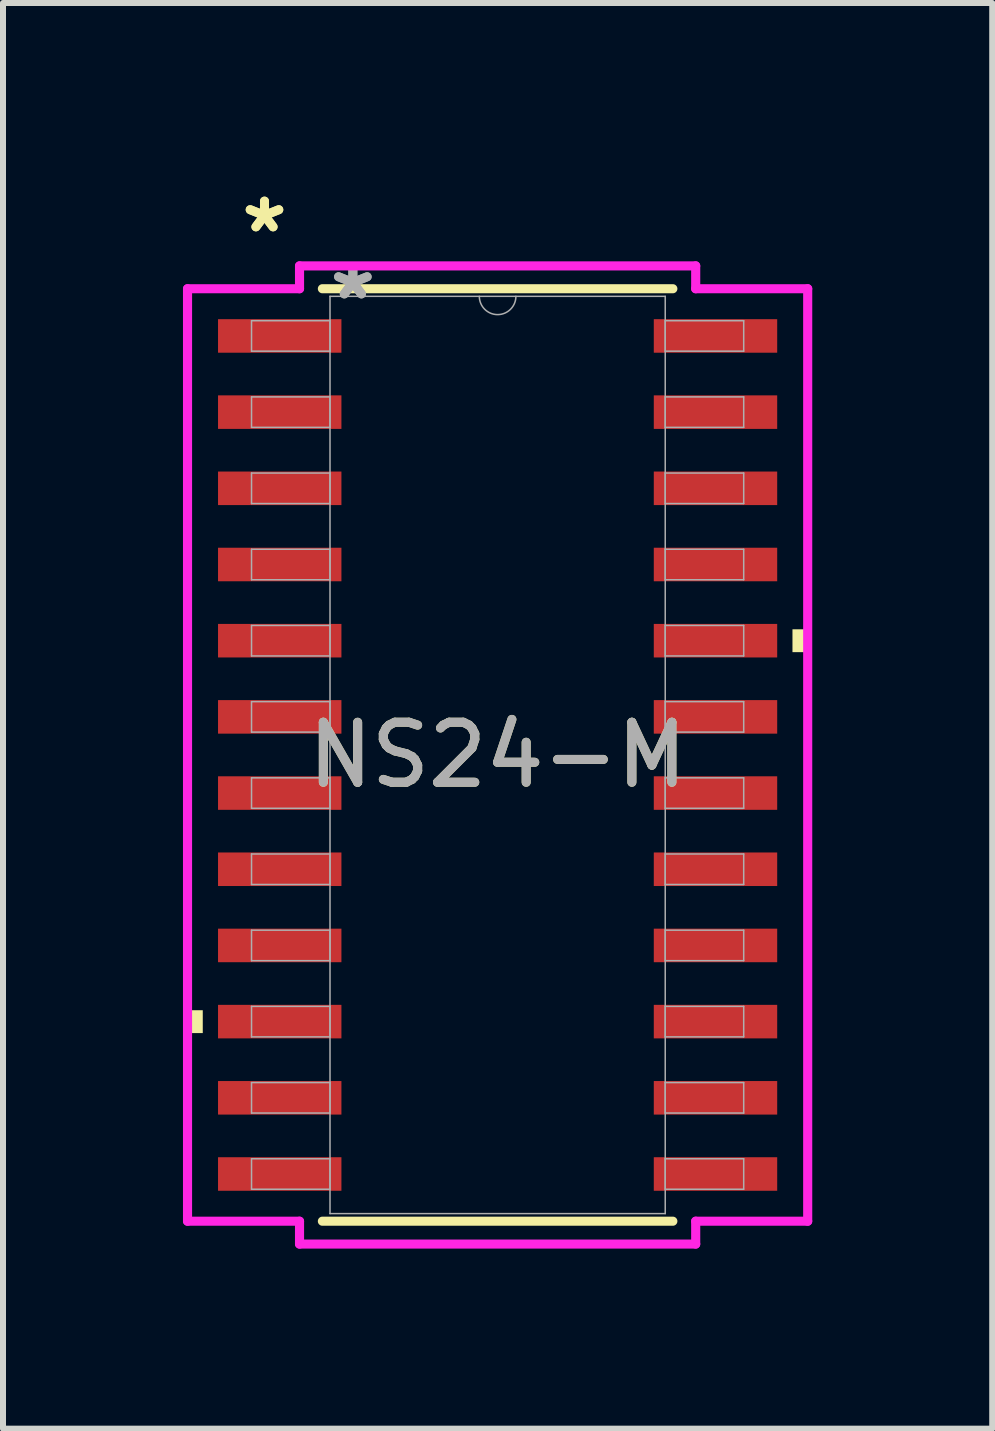
<source format=kicad_pcb>
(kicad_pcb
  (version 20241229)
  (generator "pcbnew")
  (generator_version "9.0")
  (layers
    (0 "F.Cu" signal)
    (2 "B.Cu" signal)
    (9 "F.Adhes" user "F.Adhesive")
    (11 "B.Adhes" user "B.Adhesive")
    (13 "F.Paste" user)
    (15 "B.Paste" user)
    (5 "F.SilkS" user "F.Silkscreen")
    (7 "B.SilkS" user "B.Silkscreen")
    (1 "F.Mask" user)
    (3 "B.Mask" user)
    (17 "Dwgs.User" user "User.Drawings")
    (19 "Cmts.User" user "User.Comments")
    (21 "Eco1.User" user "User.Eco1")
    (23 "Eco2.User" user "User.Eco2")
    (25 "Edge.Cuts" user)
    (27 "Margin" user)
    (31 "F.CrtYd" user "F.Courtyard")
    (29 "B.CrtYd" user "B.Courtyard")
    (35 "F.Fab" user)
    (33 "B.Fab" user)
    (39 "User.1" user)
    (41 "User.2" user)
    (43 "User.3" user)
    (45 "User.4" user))
  (footprint "NS24-M"
    (layer "F.Cu")
    (at 5.245 9.535)
    (property "Reference" "NS24-M" (at 0 0 0) (unlocked yes) (layer "F.SilkS") (effects (font (size 1 1) (thickness 0.15))))
    (attr smd)
    (fp_line (start -2.921 7.772) (end 2.921 7.772) (stroke (width 0.152) (type solid)) (layer "F.SilkS"))
    (fp_line (start 2.921 -7.772) (end -2.921 -7.772) (stroke (width 0.152) (type solid)) (layer "F.SilkS"))
    (fp_poly (pts (xy -5.169 4.255) (xy -5.169 4.636) (xy -4.915 4.636) (xy -4.915 4.255)) (stroke (width 0) (type solid)) (fill yes) (layer "F.SilkS"))
    (fp_poly (pts (xy 5.169 -2.095) (xy 5.169 -1.714) (xy 4.915 -1.714) (xy 4.915 -2.095)) (stroke (width 0) (type solid)) (fill yes) (layer "F.SilkS"))
    (fp_line (start -5.169 -7.772) (end -3.302 -7.772) (stroke (width 0.152) (type solid)) (layer "F.CrtYd"))
    (fp_line (start -5.169 7.772) (end -5.169 -7.772) (stroke (width 0.152) (type solid)) (layer "F.CrtYd"))
    (fp_line (start -5.169 7.772) (end -3.302 7.772) (stroke (width 0.152) (type solid)) (layer "F.CrtYd"))
    (fp_line (start -3.302 -8.153) (end 3.302 -8.153) (stroke (width 0.152) (type solid)) (layer "F.CrtYd"))
    (fp_line (start -3.302 -7.772) (end -3.302 -8.153) (stroke (width 0.152) (type solid)) (layer "F.CrtYd"))
    (fp_line (start -3.302 8.153) (end -3.302 7.772) (stroke (width 0.152) (type solid)) (layer "F.CrtYd"))
    (fp_line (start 3.302 -8.153) (end 3.302 -7.772) (stroke (width 0.152) (type solid)) (layer "F.CrtYd"))
    (fp_line (start 3.302 7.772) (end 3.302 8.153) (stroke (width 0.152) (type solid)) (layer "F.CrtYd"))
    (fp_line (start 3.302 8.153) (end -3.302 8.153) (stroke (width 0.152) (type solid)) (layer "F.CrtYd"))
    (fp_line (start 5.169 -7.772) (end 3.302 -7.772) (stroke (width 0.152) (type solid)) (layer "F.CrtYd"))
    (fp_line (start 5.169 -7.772) (end 5.169 7.772) (stroke (width 0.152) (type solid)) (layer "F.CrtYd"))
    (fp_line (start 5.169 7.772) (end 3.302 7.772) (stroke (width 0.152) (type solid)) (layer "F.CrtYd"))
    (fp_line (start -4.102 -7.239) (end -4.102 -6.731) (stroke (width 0.025) (type solid)) (layer "F.Fab"))
    (fp_line (start -4.102 -6.731) (end -2.794 -6.731) (stroke (width 0.025) (type solid)) (layer "F.Fab"))
    (fp_line (start -4.102 -5.969) (end -4.102 -5.461) (stroke (width 0.025) (type solid)) (layer "F.Fab"))
    (fp_line (start -4.102 -5.461) (end -2.794 -5.461) (stroke (width 0.025) (type solid)) (layer "F.Fab"))
    (fp_line (start -4.102 -4.699) (end -4.102 -4.191) (stroke (width 0.025) (type solid)) (layer "F.Fab"))
    (fp_line (start -4.102 -4.191) (end -2.794 -4.191) (stroke (width 0.025) (type solid)) (layer "F.Fab"))
    (fp_line (start -4.102 -3.429) (end -4.102 -2.921) (stroke (width 0.025) (type solid)) (layer "F.Fab"))
    (fp_line (start -4.102 -2.921) (end -2.794 -2.921) (stroke (width 0.025) (type solid)) (layer "F.Fab"))
    (fp_line (start -4.102 -2.159) (end -4.102 -1.651) (stroke (width 0.025) (type solid)) (layer "F.Fab"))
    (fp_line (start -4.102 -1.651) (end -2.794 -1.651) (stroke (width 0.025) (type solid)) (layer "F.Fab"))
    (fp_line (start -4.102 -0.889) (end -4.102 -0.381) (stroke (width 0.025) (type solid)) (layer "F.Fab"))
    (fp_line (start -4.102 -0.381) (end -2.794 -0.381) (stroke (width 0.025) (type solid)) (layer "F.Fab"))
    (fp_line (start -4.102 0.381) (end -4.102 0.889) (stroke (width 0.025) (type solid)) (layer "F.Fab"))
    (fp_line (start -4.102 0.889) (end -2.794 0.889) (stroke (width 0.025) (type solid)) (layer "F.Fab"))
    (fp_line (start -4.102 1.651) (end -4.102 2.159) (stroke (width 0.025) (type solid)) (layer "F.Fab"))
    (fp_line (start -4.102 2.159) (end -2.794 2.159) (stroke (width 0.025) (type solid)) (layer "F.Fab"))
    (fp_line (start -4.102 2.921) (end -4.102 3.429) (stroke (width 0.025) (type solid)) (layer "F.Fab"))
    (fp_line (start -4.102 3.429) (end -2.794 3.429) (stroke (width 0.025) (type solid)) (layer "F.Fab"))
    (fp_line (start -4.102 4.191) (end -4.102 4.699) (stroke (width 0.025) (type solid)) (layer "F.Fab"))
    (fp_line (start -4.102 4.699) (end -2.794 4.699) (stroke (width 0.025) (type solid)) (layer "F.Fab"))
    (fp_line (start -4.102 5.461) (end -4.102 5.969) (stroke (width 0.025) (type solid)) (layer "F.Fab"))
    (fp_line (start -4.102 5.969) (end -2.794 5.969) (stroke (width 0.025) (type solid)) (layer "F.Fab"))
    (fp_line (start -4.102 6.731) (end -4.102 7.239) (stroke (width 0.025) (type solid)) (layer "F.Fab"))
    (fp_line (start -4.102 7.239) (end -2.794 7.239) (stroke (width 0.025) (type solid)) (layer "F.Fab"))
    (fp_line (start -2.794 -7.645) (end -2.794 7.645) (stroke (width 0.025) (type solid)) (layer "F.Fab"))
    (fp_line (start -2.794 -7.239) (end -4.102 -7.239) (stroke (width 0.025) (type solid)) (layer "F.Fab"))
    (fp_line (start -2.794 -6.731) (end -2.794 -7.239) (stroke (width 0.025) (type solid)) (layer "F.Fab"))
    (fp_line (start -2.794 -5.969) (end -4.102 -5.969) (stroke (width 0.025) (type solid)) (layer "F.Fab"))
    (fp_line (start -2.794 -5.461) (end -2.794 -5.969) (stroke (width 0.025) (type solid)) (layer "F.Fab"))
    (fp_line (start -2.794 -4.699) (end -4.102 -4.699) (stroke (width 0.025) (type solid)) (layer "F.Fab"))
    (fp_line (start -2.794 -4.191) (end -2.794 -4.699) (stroke (width 0.025) (type solid)) (layer "F.Fab"))
    (fp_line (start -2.794 -3.429) (end -4.102 -3.429) (stroke (width 0.025) (type solid)) (layer "F.Fab"))
    (fp_line (start -2.794 -2.921) (end -2.794 -3.429) (stroke (width 0.025) (type solid)) (layer "F.Fab"))
    (fp_line (start -2.794 -2.159) (end -4.102 -2.159) (stroke (width 0.025) (type solid)) (layer "F.Fab"))
    (fp_line (start -2.794 -1.651) (end -2.794 -2.159) (stroke (width 0.025) (type solid)) (layer "F.Fab"))
    (fp_line (start -2.794 -0.889) (end -4.102 -0.889) (stroke (width 0.025) (type solid)) (layer "F.Fab"))
    (fp_line (start -2.794 -0.381) (end -2.794 -0.889) (stroke (width 0.025) (type solid)) (layer "F.Fab"))
    (fp_line (start -2.794 0.381) (end -4.102 0.381) (stroke (width 0.025) (type solid)) (layer "F.Fab"))
    (fp_line (start -2.794 0.889) (end -2.794 0.381) (stroke (width 0.025) (type solid)) (layer "F.Fab"))
    (fp_line (start -2.794 1.651) (end -4.102 1.651) (stroke (width 0.025) (type solid)) (layer "F.Fab"))
    (fp_line (start -2.794 2.159) (end -2.794 1.651) (stroke (width 0.025) (type solid)) (layer "F.Fab"))
    (fp_line (start -2.794 2.921) (end -4.102 2.921) (stroke (width 0.025) (type solid)) (layer "F.Fab"))
    (fp_line (start -2.794 3.429) (end -2.794 2.921) (stroke (width 0.025) (type solid)) (layer "F.Fab"))
    (fp_line (start -2.794 4.191) (end -4.102 4.191) (stroke (width 0.025) (type solid)) (layer "F.Fab"))
    (fp_line (start -2.794 4.699) (end -2.794 4.191) (stroke (width 0.025) (type solid)) (layer "F.Fab"))
    (fp_line (start -2.794 5.461) (end -4.102 5.461) (stroke (width 0.025) (type solid)) (layer "F.Fab"))
    (fp_line (start -2.794 5.969) (end -2.794 5.461) (stroke (width 0.025) (type solid)) (layer "F.Fab"))
    (fp_line (start -2.794 6.731) (end -4.102 6.731) (stroke (width 0.025) (type solid)) (layer "F.Fab"))
    (fp_line (start -2.794 7.239) (end -2.794 6.731) (stroke (width 0.025) (type solid)) (layer "F.Fab"))
    (fp_line (start -2.794 7.645) (end 2.794 7.645) (stroke (width 0.025) (type solid)) (layer "F.Fab"))
    (fp_line (start 2.794 -7.645) (end -2.794 -7.645) (stroke (width 0.025) (type solid)) (layer "F.Fab"))
    (fp_line (start 2.794 -7.239) (end 2.794 -6.731) (stroke (width 0.025) (type solid)) (layer "F.Fab"))
    (fp_line (start 2.794 -6.731) (end 4.102 -6.731) (stroke (width 0.025) (type solid)) (layer "F.Fab"))
    (fp_line (start 2.794 -5.969) (end 2.794 -5.461) (stroke (width 0.025) (type solid)) (layer "F.Fab"))
    (fp_line (start 2.794 -5.461) (end 4.102 -5.461) (stroke (width 0.025) (type solid)) (layer "F.Fab"))
    (fp_line (start 2.794 -4.699) (end 2.794 -4.191) (stroke (width 0.025) (type solid)) (layer "F.Fab"))
    (fp_line (start 2.794 -4.191) (end 4.102 -4.191) (stroke (width 0.025) (type solid)) (layer "F.Fab"))
    (fp_line (start 2.794 -3.429) (end 2.794 -2.921) (stroke (width 0.025) (type solid)) (layer "F.Fab"))
    (fp_line (start 2.794 -2.921) (end 4.102 -2.921) (stroke (width 0.025) (type solid)) (layer "F.Fab"))
    (fp_line (start 2.794 -2.159) (end 2.794 -1.651) (stroke (width 0.025) (type solid)) (layer "F.Fab"))
    (fp_line (start 2.794 -1.651) (end 4.102 -1.651) (stroke (width 0.025) (type solid)) (layer "F.Fab"))
    (fp_line (start 2.794 -0.889) (end 2.794 -0.381) (stroke (width 0.025) (type solid)) (layer "F.Fab"))
    (fp_line (start 2.794 -0.381) (end 4.102 -0.381) (stroke (width 0.025) (type solid)) (layer "F.Fab"))
    (fp_line (start 2.794 0.381) (end 2.794 0.889) (stroke (width 0.025) (type solid)) (layer "F.Fab"))
    (fp_line (start 2.794 0.889) (end 4.102 0.889) (stroke (width 0.025) (type solid)) (layer "F.Fab"))
    (fp_line (start 2.794 1.651) (end 2.794 2.159) (stroke (width 0.025) (type solid)) (layer "F.Fab"))
    (fp_line (start 2.794 2.159) (end 4.102 2.159) (stroke (width 0.025) (type solid)) (layer "F.Fab"))
    (fp_line (start 2.794 2.921) (end 2.794 3.429) (stroke (width 0.025) (type solid)) (layer "F.Fab"))
    (fp_line (start 2.794 3.429) (end 4.102 3.429) (stroke (width 0.025) (type solid)) (layer "F.Fab"))
    (fp_line (start 2.794 4.191) (end 2.794 4.699) (stroke (width 0.025) (type solid)) (layer "F.Fab"))
    (fp_line (start 2.794 4.699) (end 4.102 4.699) (stroke (width 0.025) (type solid)) (layer "F.Fab"))
    (fp_line (start 2.794 5.461) (end 2.794 5.969) (stroke (width 0.025) (type solid)) (layer "F.Fab"))
    (fp_line (start 2.794 5.969) (end 4.102 5.969) (stroke (width 0.025) (type solid)) (layer "F.Fab"))
    (fp_line (start 2.794 6.731) (end 2.794 7.239) (stroke (width 0.025) (type solid)) (layer "F.Fab"))
    (fp_line (start 2.794 7.239) (end 4.102 7.239) (stroke (width 0.025) (type solid)) (layer "F.Fab"))
    (fp_line (start 2.794 7.645) (end 2.794 -7.645) (stroke (width 0.025) (type solid)) (layer "F.Fab"))
    (fp_line (start 4.102 -7.239) (end 2.794 -7.239) (stroke (width 0.025) (type solid)) (layer "F.Fab"))
    (fp_line (start 4.102 -6.731) (end 4.102 -7.239) (stroke (width 0.025) (type solid)) (layer "F.Fab"))
    (fp_line (start 4.102 -5.969) (end 2.794 -5.969) (stroke (width 0.025) (type solid)) (layer "F.Fab"))
    (fp_line (start 4.102 -5.461) (end 4.102 -5.969) (stroke (width 0.025) (type solid)) (layer "F.Fab"))
    (fp_line (start 4.102 -4.699) (end 2.794 -4.699) (stroke (width 0.025) (type solid)) (layer "F.Fab"))
    (fp_line (start 4.102 -4.191) (end 4.102 -4.699) (stroke (width 0.025) (type solid)) (layer "F.Fab"))
    (fp_line (start 4.102 -3.429) (end 2.794 -3.429) (stroke (width 0.025) (type solid)) (layer "F.Fab"))
    (fp_line (start 4.102 -2.921) (end 4.102 -3.429) (stroke (width 0.025) (type solid)) (layer "F.Fab"))
    (fp_line (start 4.102 -2.159) (end 2.794 -2.159) (stroke (width 0.025) (type solid)) (layer "F.Fab"))
    (fp_line (start 4.102 -1.651) (end 4.102 -2.159) (stroke (width 0.025) (type solid)) (layer "F.Fab"))
    (fp_line (start 4.102 -0.889) (end 2.794 -0.889) (stroke (width 0.025) (type solid)) (layer "F.Fab"))
    (fp_line (start 4.102 -0.381) (end 4.102 -0.889) (stroke (width 0.025) (type solid)) (layer "F.Fab"))
    (fp_line (start 4.102 0.381) (end 2.794 0.381) (stroke (width 0.025) (type solid)) (layer "F.Fab"))
    (fp_line (start 4.102 0.889) (end 4.102 0.381) (stroke (width 0.025) (type solid)) (layer "F.Fab"))
    (fp_line (start 4.102 1.651) (end 2.794 1.651) (stroke (width 0.025) (type solid)) (layer "F.Fab"))
    (fp_line (start 4.102 2.159) (end 4.102 1.651) (stroke (width 0.025) (type solid)) (layer "F.Fab"))
    (fp_line (start 4.102 2.921) (end 2.794 2.921) (stroke (width 0.025) (type solid)) (layer "F.Fab"))
    (fp_line (start 4.102 3.429) (end 4.102 2.921) (stroke (width 0.025) (type solid)) (layer "F.Fab"))
    (fp_line (start 4.102 4.191) (end 2.794 4.191) (stroke (width 0.025) (type solid)) (layer "F.Fab"))
    (fp_line (start 4.102 4.699) (end 4.102 4.191) (stroke (width 0.025) (type solid)) (layer "F.Fab"))
    (fp_line (start 4.102 5.461) (end 2.794 5.461) (stroke (width 0.025) (type solid)) (layer "F.Fab"))
    (fp_line (start 4.102 5.969) (end 4.102 5.461) (stroke (width 0.025) (type solid)) (layer "F.Fab"))
    (fp_line (start 4.102 6.731) (end 2.794 6.731) (stroke (width 0.025) (type solid)) (layer "F.Fab"))
    (fp_line (start 4.102 7.239) (end 4.102 6.731) (stroke (width 0.025) (type solid)) (layer "F.Fab"))
    (fp_arc (start 0.3048 -7.6454) (mid 0 -7.3406) (end -0.3048 -7.6454) (stroke (width 0.0254) (type solid)) (layer "F.Fab"))
    (fp_text user "*" (at -3.886 -8.687 0) (unlocked yes) (layer "F.SilkS") (effects (font (size 1 1) (thickness 0.15))))
    (fp_text user "*" (at -3.886 -8.687 0) (layer "F.SilkS") (effects (font (size 1 1) (thickness 0.15))))
    (fp_text user "*" (at -2.413 -7.569 0) (layer "F.Fab") (effects (font (size 1 1) (thickness 0.15))))
    (fp_text user "${REFERENCE}" (at 0 0 0) (unlocked yes) (layer "F.Fab") (effects (font (size 1 1) (thickness 0.15))))
    (fp_text user "*" (at -2.413 -7.569 0) (unlocked yes) (layer "F.Fab") (effects (font (size 1 1) (thickness 0.15))))
    (pad "1" smd rect (at -3.632 -6.985) (size 2.057 0.559) (layers "F.Cu" "F.Mask" "F.Paste"))
    (pad "2" smd rect (at -3.632 -5.715) (size 2.057 0.559) (layers "F.Cu" "F.Mask" "F.Paste"))
    (pad "3" smd rect (at -3.632 -4.445) (size 2.057 0.559) (layers "F.Cu" "F.Mask" "F.Paste"))
    (pad "4" smd rect (at -3.632 -3.175) (size 2.057 0.559) (layers "F.Cu" "F.Mask" "F.Paste"))
    (pad "5" smd rect (at -3.632 -1.905) (size 2.057 0.559) (layers "F.Cu" "F.Mask" "F.Paste"))
    (pad "6" smd rect (at -3.632 -0.635) (size 2.057 0.559) (layers "F.Cu" "F.Mask" "F.Paste"))
    (pad "7" smd rect (at -3.632 0.635) (size 2.057 0.559) (layers "F.Cu" "F.Mask" "F.Paste"))
    (pad "8" smd rect (at -3.632 1.905) (size 2.057 0.559) (layers "F.Cu" "F.Mask" "F.Paste"))
    (pad "9" smd rect (at -3.632 3.175) (size 2.057 0.559) (layers "F.Cu" "F.Mask" "F.Paste"))
    (pad "10" smd rect (at -3.632 4.445) (size 2.057 0.559) (layers "F.Cu" "F.Mask" "F.Paste"))
    (pad "11" smd rect (at -3.632 5.715) (size 2.057 0.559) (layers "F.Cu" "F.Mask" "F.Paste"))
    (pad "12" smd rect (at -3.632 6.985) (size 2.057 0.559) (layers "F.Cu" "F.Mask" "F.Paste"))
    (pad "13" smd rect (at 3.632 6.985) (size 2.057 0.559) (layers "F.Cu" "F.Mask" "F.Paste"))
    (pad "14" smd rect (at 3.632 5.715) (size 2.057 0.559) (layers "F.Cu" "F.Mask" "F.Paste"))
    (pad "15" smd rect (at 3.632 4.445) (size 2.057 0.559) (layers "F.Cu" "F.Mask" "F.Paste"))
    (pad "16" smd rect (at 3.632 3.175) (size 2.057 0.559) (layers "F.Cu" "F.Mask" "F.Paste"))
    (pad "17" smd rect (at 3.632 1.905) (size 2.057 0.559) (layers "F.Cu" "F.Mask" "F.Paste"))
    (pad "18" smd rect (at 3.632 0.635) (size 2.057 0.559) (layers "F.Cu" "F.Mask" "F.Paste"))
    (pad "19" smd rect (at 3.632 -0.635) (size 2.057 0.559) (layers "F.Cu" "F.Mask" "F.Paste"))
    (pad "20" smd rect (at 3.632 -1.905) (size 2.057 0.559) (layers "F.Cu" "F.Mask" "F.Paste"))
    (pad "21" smd rect (at 3.632 -3.175) (size 2.057 0.559) (layers "F.Cu" "F.Mask" "F.Paste"))
    (pad "22" smd rect (at 3.632 -4.445) (size 2.057 0.559) (layers "F.Cu" "F.Mask" "F.Paste"))
    (pad "23" smd rect (at 3.632 -5.715) (size 2.057 0.559) (layers "F.Cu" "F.Mask" "F.Paste"))
    (pad "24" smd rect (at 3.632 -6.985) (size 2.057 0.559) (layers "F.Cu" "F.Mask" "F.Paste")))
  (gr_rect
    (start -3 -3)
    (end 13.49 20.765)
    (stroke (width 0.1) (type default))
    (fill no)
    (layer "Edge.Cuts")))
</source>
